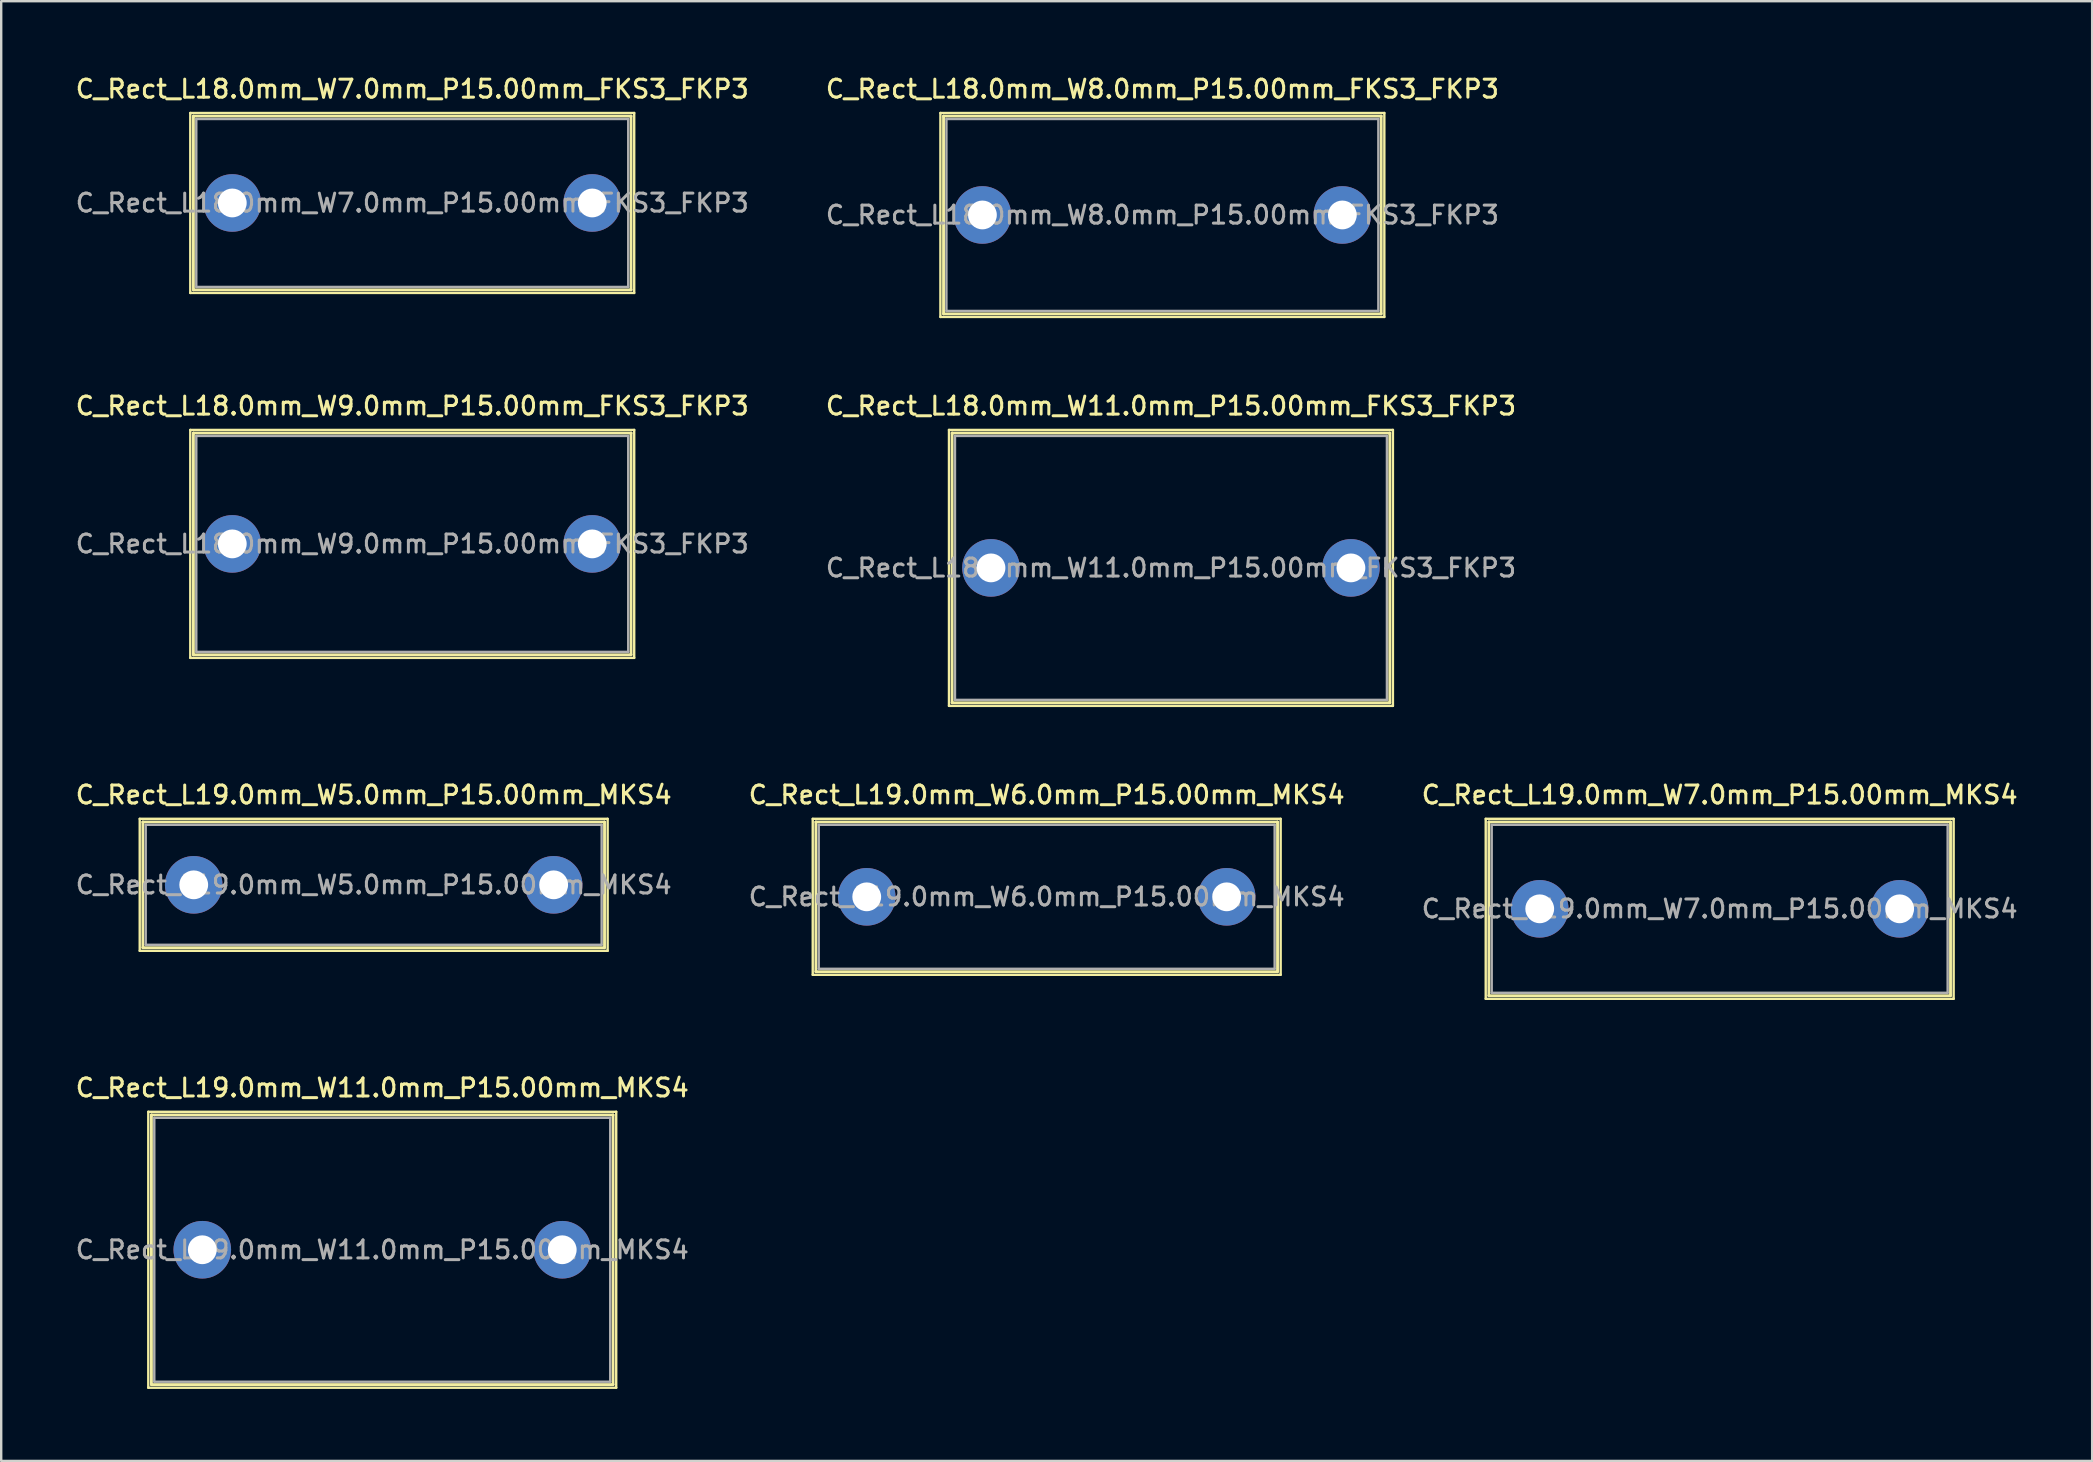
<source format=kicad_pcb>
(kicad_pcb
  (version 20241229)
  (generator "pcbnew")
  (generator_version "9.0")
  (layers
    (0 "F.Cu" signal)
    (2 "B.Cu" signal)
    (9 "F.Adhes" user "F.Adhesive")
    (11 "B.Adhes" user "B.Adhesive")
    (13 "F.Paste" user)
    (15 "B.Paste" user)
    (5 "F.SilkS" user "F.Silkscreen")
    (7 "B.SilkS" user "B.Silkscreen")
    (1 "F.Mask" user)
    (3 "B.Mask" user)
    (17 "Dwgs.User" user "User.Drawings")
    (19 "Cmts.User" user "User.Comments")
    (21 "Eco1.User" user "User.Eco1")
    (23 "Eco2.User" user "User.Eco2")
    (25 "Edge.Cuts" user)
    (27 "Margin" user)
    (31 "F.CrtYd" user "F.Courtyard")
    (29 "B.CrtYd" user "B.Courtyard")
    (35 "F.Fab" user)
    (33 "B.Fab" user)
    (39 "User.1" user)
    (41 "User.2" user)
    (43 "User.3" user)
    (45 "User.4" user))
  (footprint "C_Rect_L18.0mm_W8.0mm_P15.00mm_FKS3_FKP3"
    (layer "F.Cu")
    (at 37.891 5.908)
    (property "Reference" "C_Rect_L18.0mm_W8.0mm_P15.00mm_FKS3_FKP3" (at 7.5 -5.25 0) (layer "F.SilkS") (effects (font (size 0.75 0.75) (thickness 0.125))))
    (attr through_hole)
    (fp_line (start -1.75 -4.25) (end -1.75 4.25) (stroke (width 0.1) (type solid)) (layer "F.SilkS"))
    (fp_line (start -1.75 4.25) (end 16.75 4.25) (stroke (width 0.1) (type solid)) (layer "F.SilkS"))
    (fp_line (start -1.62 -4.12) (end -1.62 4.12) (stroke (width 0.12) (type solid)) (layer "F.SilkS"))
    (fp_line (start -1.62 -4.12) (end 16.62 -4.12) (stroke (width 0.12) (type solid)) (layer "F.SilkS"))
    (fp_line (start -1.62 4.12) (end 16.62 4.12) (stroke (width 0.12) (type solid)) (layer "F.SilkS"))
    (fp_line (start 16.62 -4.12) (end 16.62 4.12) (stroke (width 0.12) (type solid)) (layer "F.SilkS"))
    (fp_line (start 16.75 -4.25) (end -1.75 -4.25) (stroke (width 0.1) (type solid)) (layer "F.SilkS"))
    (fp_line (start 16.75 4.25) (end 16.75 -4.25) (stroke (width 0.1) (type solid)) (layer "F.SilkS"))
    (fp_line (start -1.5 -4) (end -1.5 4) (stroke (width 0.1) (type solid)) (layer "F.Fab"))
    (fp_line (start -1.5 4) (end 16.5 4) (stroke (width 0.1) (type solid)) (layer "F.Fab"))
    (fp_line (start 16.5 -4) (end -1.5 -4) (stroke (width 0.1) (type solid)) (layer "F.Fab"))
    (fp_line (start 16.5 4) (end 16.5 -4) (stroke (width 0.1) (type solid)) (layer "F.Fab"))
    (fp_text user "${REFERENCE}" (at 7.5 0 0) (layer "F.Fab") (effects (font (size 0.75 0.75) (thickness 0.125))))
    (pad "1" thru_hole circle (at 0 0) (size 2.4 2.4) (drill 1.2) (layers "*.Cu" "*.Mask"))
    (pad "2" thru_hole circle (at 15 0) (size 2.4 2.4) (drill 1.2) (layers "*.Cu" "*.Mask")))
  (footprint "C_Rect_L19.0mm_W6.0mm_P15.00mm_MKS4"
    (layer "F.Cu")
    (at 33.07 34.324)
    (property "Reference" "C_Rect_L19.0mm_W6.0mm_P15.00mm_MKS4" (at 7.5 -4.25 0) (layer "F.SilkS") (effects (font (size 0.75 0.75) (thickness 0.125))))
    (attr through_hole)
    (fp_line (start -2.25 -3.25) (end -2.25 3.25) (stroke (width 0.1) (type solid)) (layer "F.SilkS"))
    (fp_line (start -2.25 3.25) (end 17.25 3.25) (stroke (width 0.1) (type solid)) (layer "F.SilkS"))
    (fp_line (start -2.12 -3.12) (end -2.12 3.12) (stroke (width 0.12) (type solid)) (layer "F.SilkS"))
    (fp_line (start -2.12 -3.12) (end 17.12 -3.12) (stroke (width 0.12) (type solid)) (layer "F.SilkS"))
    (fp_line (start -2.12 3.12) (end 17.12 3.12) (stroke (width 0.12) (type solid)) (layer "F.SilkS"))
    (fp_line (start 17.12 -3.12) (end 17.12 3.12) (stroke (width 0.12) (type solid)) (layer "F.SilkS"))
    (fp_line (start 17.25 -3.25) (end -2.25 -3.25) (stroke (width 0.1) (type solid)) (layer "F.SilkS"))
    (fp_line (start 17.25 3.25) (end 17.25 -3.25) (stroke (width 0.1) (type solid)) (layer "F.SilkS"))
    (fp_line (start -2 -3) (end -2 3) (stroke (width 0.1) (type solid)) (layer "F.Fab"))
    (fp_line (start -2 3) (end 17 3) (stroke (width 0.1) (type solid)) (layer "F.Fab"))
    (fp_line (start 17 -3) (end -2 -3) (stroke (width 0.1) (type solid)) (layer "F.Fab"))
    (fp_line (start 17 3) (end 17 -3) (stroke (width 0.1) (type solid)) (layer "F.Fab"))
    (fp_text user "${REFERENCE}" (at 7.5 0 0) (layer "F.Fab") (effects (font (size 0.75 0.75) (thickness 0.125))))
    (pad "1" thru_hole circle (at 0 0) (size 2.4 2.4) (drill 1.2) (layers "*.Cu" "*.Mask"))
    (pad "2" thru_hole circle (at 15 0) (size 2.4 2.4) (drill 1.2) (layers "*.Cu" "*.Mask")))
  (footprint "C_Rect_L18.0mm_W9.0mm_P15.00mm_FKS3_FKP3"
    (layer "F.Cu")
    (at 6.63 19.616)
    (property "Reference" "C_Rect_L18.0mm_W9.0mm_P15.00mm_FKS3_FKP3" (at 7.5 -5.75 0) (layer "F.SilkS") (effects (font (size 0.75 0.75) (thickness 0.125))))
    (attr through_hole)
    (fp_line (start -1.75 -4.75) (end -1.75 4.75) (stroke (width 0.1) (type solid)) (layer "F.SilkS"))
    (fp_line (start -1.75 4.75) (end 16.75 4.75) (stroke (width 0.1) (type solid)) (layer "F.SilkS"))
    (fp_line (start -1.62 -4.62) (end -1.62 4.62) (stroke (width 0.12) (type solid)) (layer "F.SilkS"))
    (fp_line (start -1.62 -4.62) (end 16.62 -4.62) (stroke (width 0.12) (type solid)) (layer "F.SilkS"))
    (fp_line (start -1.62 4.62) (end 16.62 4.62) (stroke (width 0.12) (type solid)) (layer "F.SilkS"))
    (fp_line (start 16.62 -4.62) (end 16.62 4.62) (stroke (width 0.12) (type solid)) (layer "F.SilkS"))
    (fp_line (start 16.75 -4.75) (end -1.75 -4.75) (stroke (width 0.1) (type solid)) (layer "F.SilkS"))
    (fp_line (start 16.75 4.75) (end 16.75 -4.75) (stroke (width 0.1) (type solid)) (layer "F.SilkS"))
    (fp_line (start -1.5 -4.5) (end -1.5 4.5) (stroke (width 0.1) (type solid)) (layer "F.Fab"))
    (fp_line (start -1.5 4.5) (end 16.5 4.5) (stroke (width 0.1) (type solid)) (layer "F.Fab"))
    (fp_line (start 16.5 -4.5) (end -1.5 -4.5) (stroke (width 0.1) (type solid)) (layer "F.Fab"))
    (fp_line (start 16.5 4.5) (end 16.5 -4.5) (stroke (width 0.1) (type solid)) (layer "F.Fab"))
    (fp_text user "${REFERENCE}" (at 7.5 0 0) (layer "F.Fab") (effects (font (size 0.75 0.75) (thickness 0.125))))
    (pad "1" thru_hole circle (at 0 0) (size 2.4 2.4) (drill 1.2) (layers "*.Cu" "*.Mask"))
    (pad "2" thru_hole circle (at 15 0) (size 2.4 2.4) (drill 1.2) (layers "*.Cu" "*.Mask")))
  (footprint "C_Rect_L19.0mm_W11.0mm_P15.00mm_MKS4"
    (layer "F.Cu")
    (at 5.38 49.032)
    (property "Reference" "C_Rect_L19.0mm_W11.0mm_P15.00mm_MKS4" (at 7.5 -6.75 0) (layer "F.SilkS") (effects (font (size 0.75 0.75) (thickness 0.125))))
    (attr through_hole)
    (fp_line (start -2.25 -5.75) (end -2.25 5.75) (stroke (width 0.1) (type solid)) (layer "F.SilkS"))
    (fp_line (start -2.25 5.75) (end 17.25 5.75) (stroke (width 0.1) (type solid)) (layer "F.SilkS"))
    (fp_line (start -2.12 -5.62) (end -2.12 5.62) (stroke (width 0.12) (type solid)) (layer "F.SilkS"))
    (fp_line (start -2.12 -5.62) (end 17.12 -5.62) (stroke (width 0.12) (type solid)) (layer "F.SilkS"))
    (fp_line (start -2.12 5.62) (end 17.12 5.62) (stroke (width 0.12) (type solid)) (layer "F.SilkS"))
    (fp_line (start 17.12 -5.62) (end 17.12 5.62) (stroke (width 0.12) (type solid)) (layer "F.SilkS"))
    (fp_line (start 17.25 -5.75) (end -2.25 -5.75) (stroke (width 0.1) (type solid)) (layer "F.SilkS"))
    (fp_line (start 17.25 5.75) (end 17.25 -5.75) (stroke (width 0.1) (type solid)) (layer "F.SilkS"))
    (fp_line (start -2 -5.5) (end -2 5.5) (stroke (width 0.1) (type solid)) (layer "F.Fab"))
    (fp_line (start -2 5.5) (end 17 5.5) (stroke (width 0.1) (type solid)) (layer "F.Fab"))
    (fp_line (start 17 -5.5) (end -2 -5.5) (stroke (width 0.1) (type solid)) (layer "F.Fab"))
    (fp_line (start 17 5.5) (end 17 -5.5) (stroke (width 0.1) (type solid)) (layer "F.Fab"))
    (fp_text user "${REFERENCE}" (at 7.5 0 0) (layer "F.Fab") (effects (font (size 0.75 0.75) (thickness 0.125))))
    (pad "1" thru_hole circle (at 0 0) (size 2.4 2.4) (drill 1.2) (layers "*.Cu" "*.Mask"))
    (pad "2" thru_hole circle (at 15 0) (size 2.4 2.4) (drill 1.2) (layers "*.Cu" "*.Mask")))
  (footprint "C_Rect_L18.0mm_W7.0mm_P15.00mm_FKS3_FKP3"
    (layer "F.Cu")
    (at 6.63 5.408)
    (property "Reference" "C_Rect_L18.0mm_W7.0mm_P15.00mm_FKS3_FKP3" (at 7.5 -4.75 0) (layer "F.SilkS") (effects (font (size 0.75 0.75) (thickness 0.125))))
    (attr through_hole)
    (fp_line (start -1.75 -3.75) (end -1.75 3.75) (stroke (width 0.1) (type solid)) (layer "F.SilkS"))
    (fp_line (start -1.75 3.75) (end 16.75 3.75) (stroke (width 0.1) (type solid)) (layer "F.SilkS"))
    (fp_line (start -1.62 -3.62) (end -1.62 3.62) (stroke (width 0.12) (type solid)) (layer "F.SilkS"))
    (fp_line (start -1.62 -3.62) (end 16.62 -3.62) (stroke (width 0.12) (type solid)) (layer "F.SilkS"))
    (fp_line (start -1.62 3.62) (end 16.62 3.62) (stroke (width 0.12) (type solid)) (layer "F.SilkS"))
    (fp_line (start 16.62 -3.62) (end 16.62 3.62) (stroke (width 0.12) (type solid)) (layer "F.SilkS"))
    (fp_line (start 16.75 -3.75) (end -1.75 -3.75) (stroke (width 0.1) (type solid)) (layer "F.SilkS"))
    (fp_line (start 16.75 3.75) (end 16.75 -3.75) (stroke (width 0.1) (type solid)) (layer "F.SilkS"))
    (fp_line (start -1.5 -3.5) (end -1.5 3.5) (stroke (width 0.1) (type solid)) (layer "F.Fab"))
    (fp_line (start -1.5 3.5) (end 16.5 3.5) (stroke (width 0.1) (type solid)) (layer "F.Fab"))
    (fp_line (start 16.5 -3.5) (end -1.5 -3.5) (stroke (width 0.1) (type solid)) (layer "F.Fab"))
    (fp_line (start 16.5 3.5) (end 16.5 -3.5) (stroke (width 0.1) (type solid)) (layer "F.Fab"))
    (fp_text user "${REFERENCE}" (at 7.5 0 0) (layer "F.Fab") (effects (font (size 0.75 0.75) (thickness 0.125))))
    (pad "1" thru_hole circle (at 0 0) (size 2.4 2.4) (drill 1.2) (layers "*.Cu" "*.Mask"))
    (pad "2" thru_hole circle (at 15 0) (size 2.4 2.4) (drill 1.2) (layers "*.Cu" "*.Mask")))
  (footprint "C_Rect_L18.0mm_W11.0mm_P15.00mm_FKS3_FKP3"
    (layer "F.Cu")
    (at 38.248 20.616)
    (property "Reference" "C_Rect_L18.0mm_W11.0mm_P15.00mm_FKS3_FKP3" (at 7.5 -6.75 0) (layer "F.SilkS") (effects (font (size 0.75 0.75) (thickness 0.125))))
    (attr through_hole)
    (fp_line (start -1.75 -5.75) (end -1.75 5.75) (stroke (width 0.1) (type solid)) (layer "F.SilkS"))
    (fp_line (start -1.75 5.75) (end 16.75 5.75) (stroke (width 0.1) (type solid)) (layer "F.SilkS"))
    (fp_line (start -1.62 -5.62) (end -1.62 5.62) (stroke (width 0.12) (type solid)) (layer "F.SilkS"))
    (fp_line (start -1.62 -5.62) (end 16.62 -5.62) (stroke (width 0.12) (type solid)) (layer "F.SilkS"))
    (fp_line (start -1.62 5.62) (end 16.62 5.62) (stroke (width 0.12) (type solid)) (layer "F.SilkS"))
    (fp_line (start 16.62 -5.62) (end 16.62 5.62) (stroke (width 0.12) (type solid)) (layer "F.SilkS"))
    (fp_line (start 16.75 -5.75) (end -1.75 -5.75) (stroke (width 0.1) (type solid)) (layer "F.SilkS"))
    (fp_line (start 16.75 5.75) (end 16.75 -5.75) (stroke (width 0.1) (type solid)) (layer "F.SilkS"))
    (fp_line (start -1.5 -5.5) (end -1.5 5.5) (stroke (width 0.1) (type solid)) (layer "F.Fab"))
    (fp_line (start -1.5 5.5) (end 16.5 5.5) (stroke (width 0.1) (type solid)) (layer "F.Fab"))
    (fp_line (start 16.5 -5.5) (end -1.5 -5.5) (stroke (width 0.1) (type solid)) (layer "F.Fab"))
    (fp_line (start 16.5 5.5) (end 16.5 -5.5) (stroke (width 0.1) (type solid)) (layer "F.Fab"))
    (fp_text user "${REFERENCE}" (at 7.5 0 0) (layer "F.Fab") (effects (font (size 0.75 0.75) (thickness 0.125))))
    (pad "1" thru_hole circle (at 0 0) (size 2.4 2.4) (drill 1.2) (layers "*.Cu" "*.Mask"))
    (pad "2" thru_hole circle (at 15 0) (size 2.4 2.4) (drill 1.2) (layers "*.Cu" "*.Mask")))
  (footprint "C_Rect_L19.0mm_W5.0mm_P15.00mm_MKS4"
    (layer "F.Cu")
    (at 5.023 33.824)
    (property "Reference" "C_Rect_L19.0mm_W5.0mm_P15.00mm_MKS4" (at 7.5 -3.75 0) (layer "F.SilkS") (effects (font (size 0.75 0.75) (thickness 0.125))))
    (attr through_hole)
    (fp_line (start -2.25 -2.75) (end -2.25 2.75) (stroke (width 0.1) (type solid)) (layer "F.SilkS"))
    (fp_line (start -2.25 2.75) (end 17.25 2.75) (stroke (width 0.1) (type solid)) (layer "F.SilkS"))
    (fp_line (start -2.12 -2.62) (end -2.12 2.62) (stroke (width 0.12) (type solid)) (layer "F.SilkS"))
    (fp_line (start -2.12 -2.62) (end 17.12 -2.62) (stroke (width 0.12) (type solid)) (layer "F.SilkS"))
    (fp_line (start -2.12 2.62) (end 17.12 2.62) (stroke (width 0.12) (type solid)) (layer "F.SilkS"))
    (fp_line (start 17.12 -2.62) (end 17.12 2.62) (stroke (width 0.12) (type solid)) (layer "F.SilkS"))
    (fp_line (start 17.25 -2.75) (end -2.25 -2.75) (stroke (width 0.1) (type solid)) (layer "F.SilkS"))
    (fp_line (start 17.25 2.75) (end 17.25 -2.75) (stroke (width 0.1) (type solid)) (layer "F.SilkS"))
    (fp_line (start -2 -2.5) (end -2 2.5) (stroke (width 0.1) (type solid)) (layer "F.Fab"))
    (fp_line (start -2 2.5) (end 17 2.5) (stroke (width 0.1) (type solid)) (layer "F.Fab"))
    (fp_line (start 17 -2.5) (end -2 -2.5) (stroke (width 0.1) (type solid)) (layer "F.Fab"))
    (fp_line (start 17 2.5) (end 17 -2.5) (stroke (width 0.1) (type solid)) (layer "F.Fab"))
    (fp_text user "${REFERENCE}" (at 7.5 0 0) (layer "F.Fab") (effects (font (size 0.75 0.75) (thickness 0.125))))
    (pad "1" thru_hole circle (at 0 0) (size 2.4 2.4) (drill 1.2) (layers "*.Cu" "*.Mask"))
    (pad "2" thru_hole circle (at 15 0) (size 2.4 2.4) (drill 1.2) (layers "*.Cu" "*.Mask")))
  (footprint "C_Rect_L19.0mm_W7.0mm_P15.00mm_MKS4"
    (layer "F.Cu")
    (at 61.116 34.824)
    (property "Reference" "C_Rect_L19.0mm_W7.0mm_P15.00mm_MKS4" (at 7.5 -4.75 0) (layer "F.SilkS") (effects (font (size 0.75 0.75) (thickness 0.125))))
    (attr through_hole)
    (fp_line (start -2.25 -3.75) (end -2.25 3.75) (stroke (width 0.1) (type solid)) (layer "F.SilkS"))
    (fp_line (start -2.25 3.75) (end 17.25 3.75) (stroke (width 0.1) (type solid)) (layer "F.SilkS"))
    (fp_line (start -2.12 -3.62) (end -2.12 3.62) (stroke (width 0.12) (type solid)) (layer "F.SilkS"))
    (fp_line (start -2.12 -3.62) (end 17.12 -3.62) (stroke (width 0.12) (type solid)) (layer "F.SilkS"))
    (fp_line (start -2.12 3.62) (end 17.12 3.62) (stroke (width 0.12) (type solid)) (layer "F.SilkS"))
    (fp_line (start 17.12 -3.62) (end 17.12 3.62) (stroke (width 0.12) (type solid)) (layer "F.SilkS"))
    (fp_line (start 17.25 -3.75) (end -2.25 -3.75) (stroke (width 0.1) (type solid)) (layer "F.SilkS"))
    (fp_line (start 17.25 3.75) (end 17.25 -3.75) (stroke (width 0.1) (type solid)) (layer "F.SilkS"))
    (fp_line (start -2 -3.5) (end -2 3.5) (stroke (width 0.1) (type solid)) (layer "F.Fab"))
    (fp_line (start -2 3.5) (end 17 3.5) (stroke (width 0.1) (type solid)) (layer "F.Fab"))
    (fp_line (start 17 -3.5) (end -2 -3.5) (stroke (width 0.1) (type solid)) (layer "F.Fab"))
    (fp_line (start 17 3.5) (end 17 -3.5) (stroke (width 0.1) (type solid)) (layer "F.Fab"))
    (fp_text user "${REFERENCE}" (at 7.5 0 0) (layer "F.Fab") (effects (font (size 0.75 0.75) (thickness 0.125))))
    (pad "1" thru_hole circle (at 0 0) (size 2.4 2.4) (drill 1.2) (layers "*.Cu" "*.Mask"))
    (pad "2" thru_hole circle (at 15 0) (size 2.4 2.4) (drill 1.2) (layers "*.Cu" "*.Mask")))
  (gr_rect
    (start -3 -3)
    (end 84.139 57.833)
    (stroke (width 0.1) (type default))
    (fill no)
    (layer "Edge.Cuts")))
</source>
